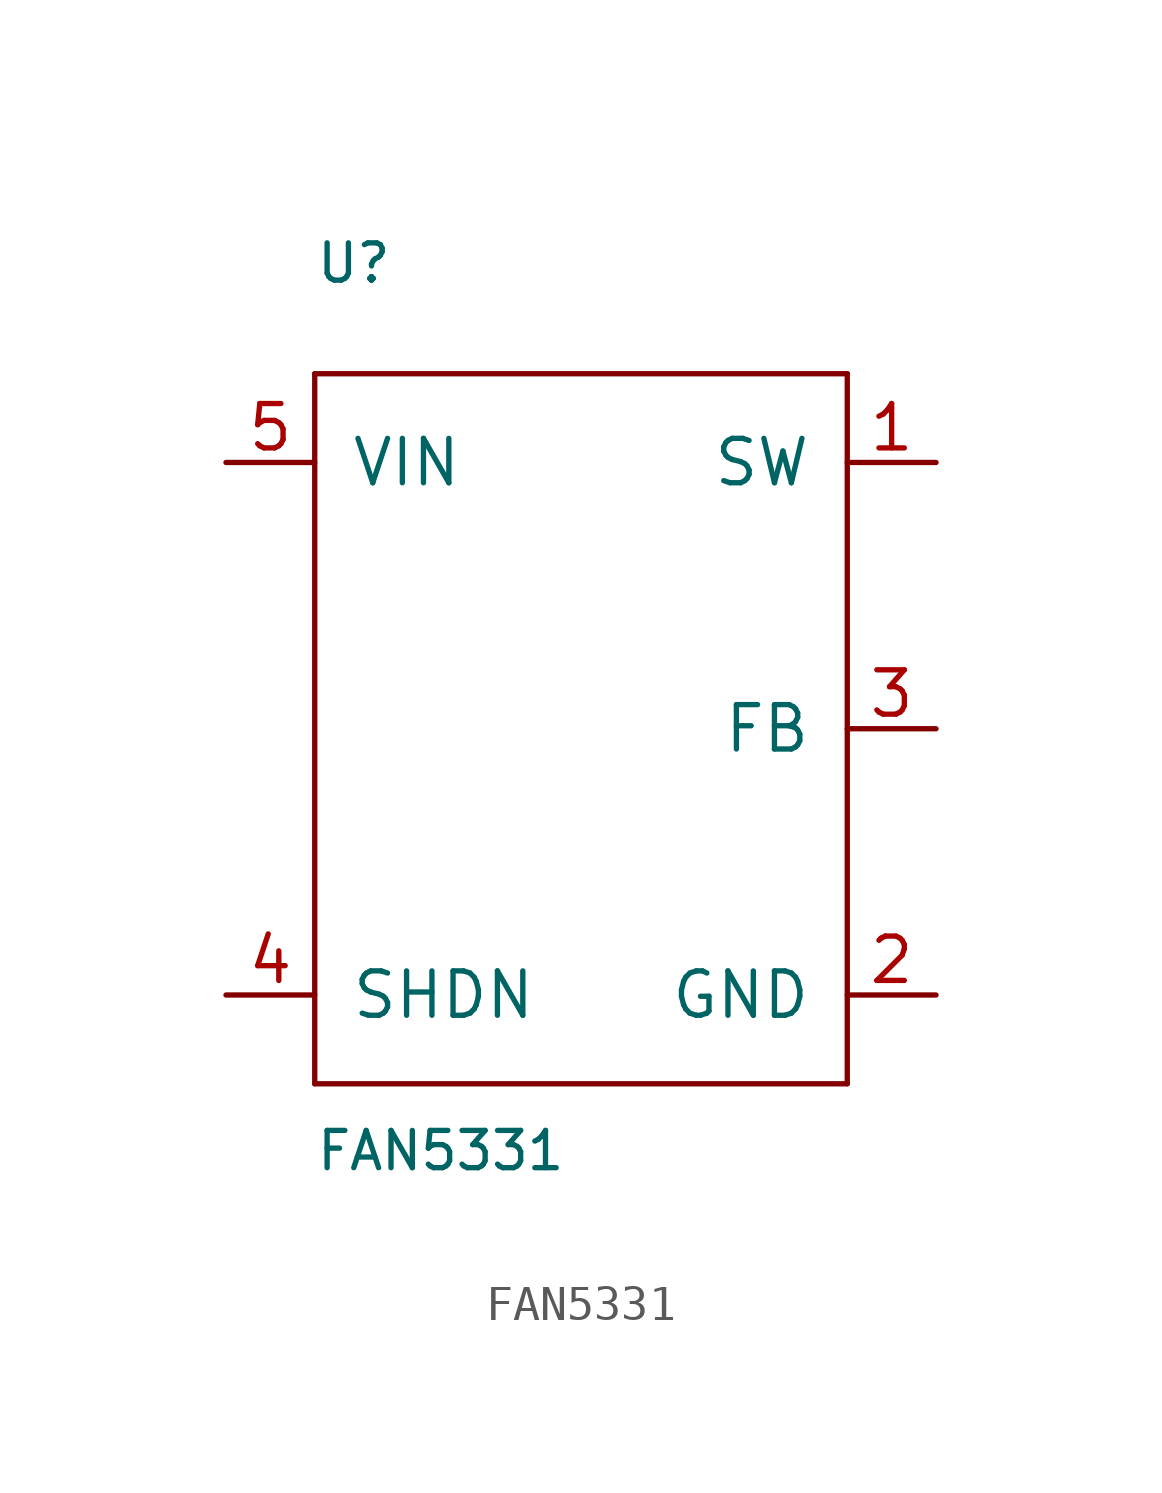
<source format=kicad_sym>
(kicad_symbol_lib
  (version 20211014)
  (generator kicad_symbol_editor)
  (symbol "FAN5331"
    (pin_names
      (offset 1.016))
    (property "Reference" "U"
      (at -7.62 12.7 0)
      (effects (font (size 1.067 1.067)) (justify left bottom)))
    (property "Value" "FAN5331"
      (at -7.62 -12.7 0)
      (effects (font (size 1.067 1.067)) (justify left bottom)))
    (property "ki_locked" ""
      (at 0 0 0)
      (effects (font (size 1.27 1.27))))
    (symbol "FAN5331_1_0"
      (polyline (pts (xy -7.62 -10.16) (xy -7.62 10.16)) (stroke (width 0) (type default) (color 0 0 0 0)) (fill (type none)))
      (polyline (pts (xy -7.62 10.16) (xy 7.62 10.16)) (stroke (width 0) (type default) (color 0 0 0 0)) (fill (type none)))
      (polyline (pts (xy 7.62 -10.16) (xy -7.62 -10.16)) (stroke (width 0) (type default) (color 0 0 0 0)) (fill (type none)))
      (polyline (pts (xy 7.62 10.16) (xy 7.62 -10.16)) (stroke (width 0) (type default) (color 0 0 0 0)) (fill (type none)))
      (pin bidirectional line (at 10.16 7.62 180) (length 2.54) (name "SW" (effects (font (size 1.27 1.27)))) (number "1" (effects (font (size 1.27 1.27)))))
      (pin bidirectional line (at 10.16 -7.62 180) (length 2.54) (name "GND" (effects (font (size 1.27 1.27)))) (number "2" (effects (font (size 1.27 1.27)))))
      (pin bidirectional line (at 10.16 0 180) (length 2.54) (name "FB" (effects (font (size 1.27 1.27)))) (number "3" (effects (font (size 1.27 1.27)))))
      (pin bidirectional line (at -10.16 -7.62 0) (length 2.54) (name "SHDN" (effects (font (size 1.27 1.27)))) (number "4" (effects (font (size 1.27 1.27)))))
      (pin bidirectional line (at -10.16 7.62 0) (length 2.54) (name "VIN" (effects (font (size 1.27 1.27)))) (number "5" (effects (font (size 1.27 1.27))))))))
</source>
